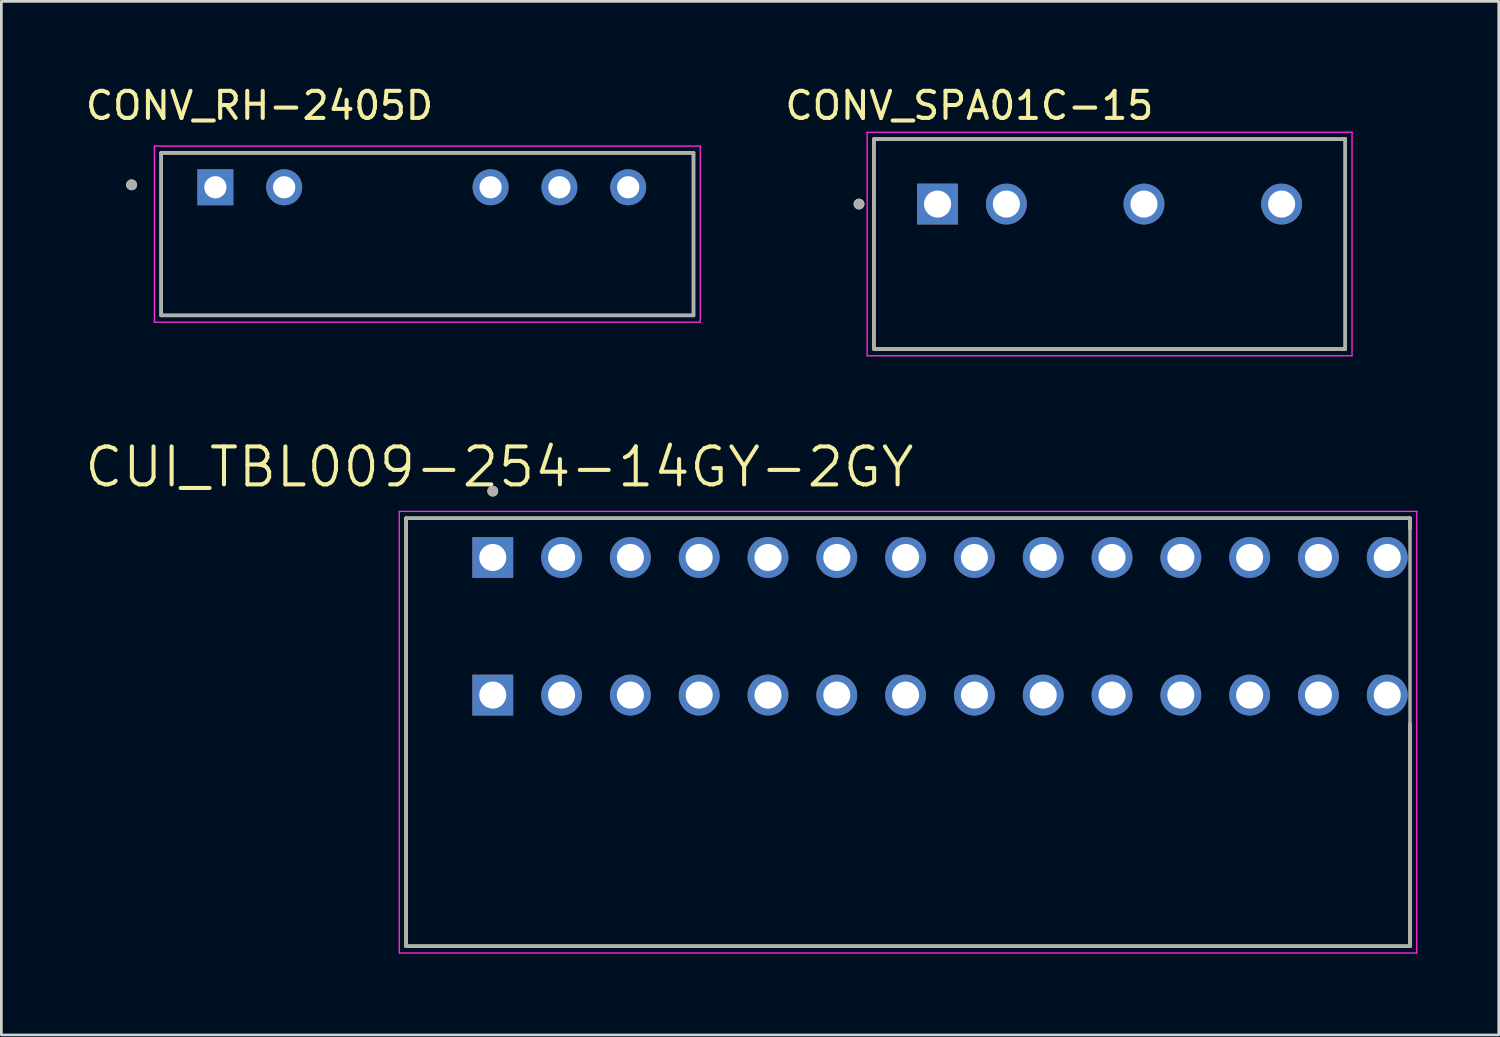
<source format=kicad_pcb>
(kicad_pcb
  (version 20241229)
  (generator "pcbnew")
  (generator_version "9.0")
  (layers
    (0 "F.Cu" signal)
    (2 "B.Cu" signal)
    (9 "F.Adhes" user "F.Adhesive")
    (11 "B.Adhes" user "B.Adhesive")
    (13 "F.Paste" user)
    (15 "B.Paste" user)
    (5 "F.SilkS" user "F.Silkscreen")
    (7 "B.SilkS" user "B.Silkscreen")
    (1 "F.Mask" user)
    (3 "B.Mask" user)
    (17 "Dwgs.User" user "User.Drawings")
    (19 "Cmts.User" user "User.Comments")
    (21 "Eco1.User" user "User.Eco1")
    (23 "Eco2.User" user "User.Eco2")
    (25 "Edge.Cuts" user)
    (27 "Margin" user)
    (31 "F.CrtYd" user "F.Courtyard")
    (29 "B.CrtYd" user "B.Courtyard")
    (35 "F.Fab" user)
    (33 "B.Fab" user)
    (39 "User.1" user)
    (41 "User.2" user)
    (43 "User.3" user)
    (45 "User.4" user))
  (footprint "CONV_RH-2405D"
    (layer "F.Cu")
    (at 12.725 5.593)
    (property "Reference" "CONV_RH-2405D" (at -6.195 -4.745 0) (layer "F.SilkS") (effects (font (size 1 1) (thickness 0.15))))
    (attr through_hole)
    (fp_line (start -9.825 -3) (end -9.825 3) (stroke (width 0.127) (type solid)) (layer "F.SilkS"))
    (fp_line (start -9.825 3) (end 9.825 3) (stroke (width 0.127) (type solid)) (layer "F.SilkS"))
    (fp_line (start 9.825 -3) (end -9.825 -3) (stroke (width 0.127) (type solid)) (layer "F.SilkS"))
    (fp_line (start 9.825 3) (end 9.825 -3) (stroke (width 0.127) (type solid)) (layer "F.SilkS"))
    (fp_circle (center -10.92 -1.82) (end -10.82 -1.82) (stroke (width 0.2) (type solid)) (fill no) (layer "F.SilkS"))
    (fp_line (start -10.075 -3.25) (end -10.075 3.25) (stroke (width 0.05) (type solid)) (layer "F.CrtYd"))
    (fp_line (start -10.075 3.25) (end 10.075 3.25) (stroke (width 0.05) (type solid)) (layer "F.CrtYd"))
    (fp_line (start 10.075 -3.25) (end -10.075 -3.25) (stroke (width 0.05) (type solid)) (layer "F.CrtYd"))
    (fp_line (start 10.075 3.25) (end 10.075 -3.25) (stroke (width 0.05) (type solid)) (layer "F.CrtYd"))
    (fp_line (start -9.825 -3) (end -9.825 3) (stroke (width 0.127) (type solid)) (layer "F.Fab"))
    (fp_line (start -9.825 3) (end 9.825 3) (stroke (width 0.127) (type solid)) (layer "F.Fab"))
    (fp_line (start 9.825 -3) (end -9.825 -3) (stroke (width 0.127) (type solid)) (layer "F.Fab"))
    (fp_line (start 9.825 3) (end 9.825 -3) (stroke (width 0.127) (type solid)) (layer "F.Fab"))
    (fp_circle (center -10.91 -1.82) (end -10.81 -1.82) (stroke (width 0.2) (type solid)) (fill no) (layer "F.Fab"))
    (pad "1" thru_hole rect (at -7.825 -1.73) (size 1.328 1.328) (drill 0.82) (layers "*.Cu" "*.Mask"))
    (pad "2" thru_hole circle (at -5.285 -1.73) (size 1.328 1.328) (drill 0.82) (layers "*.Cu" "*.Mask"))
    (pad "5" thru_hole circle (at 2.335 -1.73) (size 1.328 1.328) (drill 0.82) (layers "*.Cu" "*.Mask"))
    (pad "6" thru_hole circle (at 4.875 -1.73) (size 1.328 1.328) (drill 0.82) (layers "*.Cu" "*.Mask"))
    (pad "7" thru_hole circle (at 7.415 -1.73) (size 1.328 1.328) (drill 0.82) (layers "*.Cu" "*.Mask")))
  (footprint "CONV_SPA01C-15"
    (layer "F.Cu")
    (at 31.56 4.483)
    (property "Reference" "CONV_SPA01C-15" (at 1.175 -3.635 0) (layer "F.SilkS") (effects (font (size 1 1) (thickness 0.15))))
    (attr through_hole)
    (fp_line (start -2.35 -2.4) (end -2.35 5.35) (stroke (width 0.127) (type solid)) (layer "F.SilkS"))
    (fp_line (start -2.35 5.35) (end 15.05 5.35) (stroke (width 0.127) (type solid)) (layer "F.SilkS"))
    (fp_line (start 15.05 -2.4) (end -2.35 -2.4) (stroke (width 0.127) (type solid)) (layer "F.SilkS"))
    (fp_line (start 15.05 5.35) (end 15.05 -2.4) (stroke (width 0.127) (type solid)) (layer "F.SilkS"))
    (fp_circle (center -2.9 0) (end -2.8 0) (stroke (width 0.2) (type solid)) (fill no) (layer "F.SilkS"))
    (fp_line (start -2.6 -2.65) (end -2.6 5.6) (stroke (width 0.05) (type solid)) (layer "F.CrtYd"))
    (fp_line (start -2.6 5.6) (end 15.3 5.6) (stroke (width 0.05) (type solid)) (layer "F.CrtYd"))
    (fp_line (start 15.3 -2.65) (end -2.6 -2.65) (stroke (width 0.05) (type solid)) (layer "F.CrtYd"))
    (fp_line (start 15.3 5.6) (end 15.3 -2.65) (stroke (width 0.05) (type solid)) (layer "F.CrtYd"))
    (fp_line (start -2.35 -2.4) (end -2.35 5.35) (stroke (width 0.127) (type solid)) (layer "F.Fab"))
    (fp_line (start -2.35 5.35) (end 15.05 5.35) (stroke (width 0.127) (type solid)) (layer "F.Fab"))
    (fp_line (start 15.05 -2.4) (end -2.35 -2.4) (stroke (width 0.127) (type solid)) (layer "F.Fab"))
    (fp_line (start 15.05 5.35) (end 15.05 -2.4) (stroke (width 0.127) (type solid)) (layer "F.Fab"))
    (fp_circle (center -2.9 0) (end -2.8 0) (stroke (width 0.2) (type solid)) (fill no) (layer "F.Fab"))
    (pad "1" thru_hole rect (at 0 0) (size 1.508 1.508) (drill 1) (layers "*.Cu" "*.Mask"))
    (pad "2" thru_hole circle (at 2.54 0) (size 1.508 1.508) (drill 1) (layers "*.Cu" "*.Mask"))
    (pad "4" thru_hole circle (at 7.62 0) (size 1.508 1.508) (drill 1) (layers "*.Cu" "*.Mask"))
    (pad "6" thru_hole circle (at 12.7 0) (size 1.508 1.508) (drill 1) (layers "*.Cu" "*.Mask")))
  (footprint "CUI_TBL009-254-14GY-2GY"
    (layer "F.Cu")
    (at 15.14 17.529)
    (property "Reference" "CUI_TBL009-254-14GY-2GY" (at 0.245 -3.339 0) (layer "F.SilkS") (effects (font (size 1.4 1.4) (thickness 0.15))))
    (attr through_hole)
    (fp_line (start -3.2 -1.45) (end 33.86 -1.45) (stroke (width 0.127) (type solid)) (layer "F.SilkS"))
    (fp_line (start -3.2 14.35) (end -3.2 -1.45) (stroke (width 0.127) (type solid)) (layer "F.SilkS"))
    (fp_line (start 33.86 -1.45) (end 33.86 -1.07) (stroke (width 0.127) (type solid)) (layer "F.SilkS"))
    (fp_line (start 33.86 6.15) (end 33.86 14.35) (stroke (width 0.127) (type solid)) (layer "F.SilkS"))
    (fp_line (start 33.86 14.35) (end -3.2 14.35) (stroke (width 0.127) (type solid)) (layer "F.SilkS"))
    (fp_circle (center 0 -2.45) (end 0.1 -2.45) (stroke (width 0.2) (type solid)) (fill no) (layer "F.SilkS"))
    (fp_line (start -3.45 -1.7) (end 34.11 -1.7) (stroke (width 0.05) (type solid)) (layer "F.CrtYd"))
    (fp_line (start -3.45 14.6) (end -3.45 -1.7) (stroke (width 0.05) (type solid)) (layer "F.CrtYd"))
    (fp_line (start 34.11 -1.7) (end 34.11 14.6) (stroke (width 0.05) (type solid)) (layer "F.CrtYd"))
    (fp_line (start 34.11 14.6) (end -3.45 14.6) (stroke (width 0.05) (type solid)) (layer "F.CrtYd"))
    (fp_line (start -3.2 -1.45) (end 33.86 -1.45) (stroke (width 0.127) (type solid)) (layer "F.Fab"))
    (fp_line (start -3.2 14.35) (end -3.2 -1.45) (stroke (width 0.127) (type solid)) (layer "F.Fab"))
    (fp_line (start 33.86 -1.45) (end 33.86 14.35) (stroke (width 0.127) (type solid)) (layer "F.Fab"))
    (fp_line (start 33.86 14.35) (end -3.2 14.35) (stroke (width 0.127) (type solid)) (layer "F.Fab"))
    (fp_circle (center 0 -2.45) (end 0.1 -2.45) (stroke (width 0.2) (type solid)) (fill no) (layer "F.Fab"))
    (pad "1_A" thru_hole rect (at 0 0) (size 1.508 1.508) (drill 1) (layers "*.Cu" "*.Mask"))
    (pad "1_B" thru_hole rect (at 0 5.08) (size 1.508 1.508) (drill 1) (layers "*.Cu" "*.Mask"))
    (pad "2_A" thru_hole circle (at 2.54 0) (size 1.508 1.508) (drill 1) (layers "*.Cu" "*.Mask"))
    (pad "2_B" thru_hole circle (at 2.54 5.08) (size 1.508 1.508) (drill 1) (layers "*.Cu" "*.Mask"))
    (pad "3_A" thru_hole circle (at 5.08 0) (size 1.508 1.508) (drill 1) (layers "*.Cu" "*.Mask"))
    (pad "3_B" thru_hole circle (at 5.08 5.08) (size 1.508 1.508) (drill 1) (layers "*.Cu" "*.Mask"))
    (pad "4_A" thru_hole circle (at 7.62 0) (size 1.508 1.508) (drill 1) (layers "*.Cu" "*.Mask"))
    (pad "4_B" thru_hole circle (at 7.62 5.08) (size 1.508 1.508) (drill 1) (layers "*.Cu" "*.Mask"))
    (pad "5_A" thru_hole circle (at 10.16 0) (size 1.508 1.508) (drill 1) (layers "*.Cu" "*.Mask"))
    (pad "5_B" thru_hole circle (at 10.16 5.08) (size 1.508 1.508) (drill 1) (layers "*.Cu" "*.Mask"))
    (pad "6_A" thru_hole circle (at 12.7 0) (size 1.508 1.508) (drill 1) (layers "*.Cu" "*.Mask"))
    (pad "6_B" thru_hole circle (at 12.7 5.08) (size 1.508 1.508) (drill 1) (layers "*.Cu" "*.Mask"))
    (pad "7_A" thru_hole circle (at 15.24 0) (size 1.508 1.508) (drill 1) (layers "*.Cu" "*.Mask"))
    (pad "7_B" thru_hole circle (at 15.24 5.08) (size 1.508 1.508) (drill 1) (layers "*.Cu" "*.Mask"))
    (pad "8_A" thru_hole circle (at 17.78 0) (size 1.508 1.508) (drill 1) (layers "*.Cu" "*.Mask"))
    (pad "8_B" thru_hole circle (at 17.78 5.08) (size 1.508 1.508) (drill 1) (layers "*.Cu" "*.Mask"))
    (pad "9_A" thru_hole circle (at 20.32 0) (size 1.508 1.508) (drill 1) (layers "*.Cu" "*.Mask"))
    (pad "9_B" thru_hole circle (at 20.32 5.08) (size 1.508 1.508) (drill 1) (layers "*.Cu" "*.Mask"))
    (pad "10_A" thru_hole circle (at 22.86 0) (size 1.508 1.508) (drill 1) (layers "*.Cu" "*.Mask"))
    (pad "10_B" thru_hole circle (at 22.86 5.08) (size 1.508 1.508) (drill 1) (layers "*.Cu" "*.Mask"))
    (pad "11_A" thru_hole circle (at 25.4 0) (size 1.508 1.508) (drill 1) (layers "*.Cu" "*.Mask"))
    (pad "11_B" thru_hole circle (at 25.4 5.08) (size 1.508 1.508) (drill 1) (layers "*.Cu" "*.Mask"))
    (pad "12_A" thru_hole circle (at 27.94 0) (size 1.508 1.508) (drill 1) (layers "*.Cu" "*.Mask"))
    (pad "12_B" thru_hole circle (at 27.94 5.08) (size 1.508 1.508) (drill 1) (layers "*.Cu" "*.Mask"))
    (pad "13_A" thru_hole circle (at 30.48 0) (size 1.508 1.508) (drill 1) (layers "*.Cu" "*.Mask"))
    (pad "13_B" thru_hole circle (at 30.48 5.08) (size 1.508 1.508) (drill 1) (layers "*.Cu" "*.Mask"))
    (pad "14_A" thru_hole circle (at 33.02 0) (size 1.508 1.508) (drill 1) (layers "*.Cu" "*.Mask"))
    (pad "14_B" thru_hole circle (at 33.02 5.08) (size 1.508 1.508) (drill 1) (layers "*.Cu" "*.Mask")))
  (gr_rect
    (start -3 -3)
    (end 52.275 35.154)
    (stroke (width 0.1) (type default))
    (fill no)
    (layer "Edge.Cuts")))
</source>
